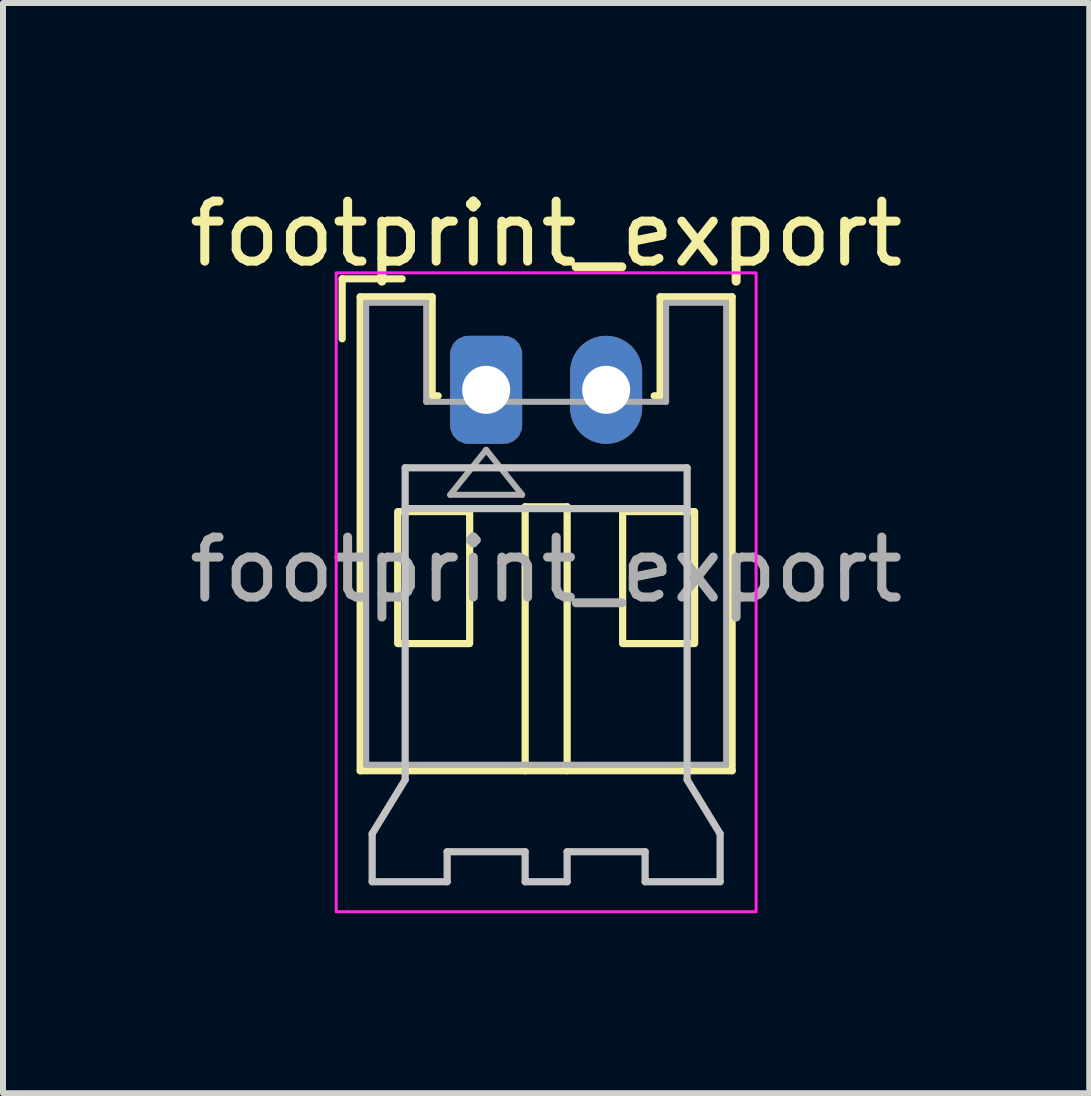
<source format=kicad_pcb>
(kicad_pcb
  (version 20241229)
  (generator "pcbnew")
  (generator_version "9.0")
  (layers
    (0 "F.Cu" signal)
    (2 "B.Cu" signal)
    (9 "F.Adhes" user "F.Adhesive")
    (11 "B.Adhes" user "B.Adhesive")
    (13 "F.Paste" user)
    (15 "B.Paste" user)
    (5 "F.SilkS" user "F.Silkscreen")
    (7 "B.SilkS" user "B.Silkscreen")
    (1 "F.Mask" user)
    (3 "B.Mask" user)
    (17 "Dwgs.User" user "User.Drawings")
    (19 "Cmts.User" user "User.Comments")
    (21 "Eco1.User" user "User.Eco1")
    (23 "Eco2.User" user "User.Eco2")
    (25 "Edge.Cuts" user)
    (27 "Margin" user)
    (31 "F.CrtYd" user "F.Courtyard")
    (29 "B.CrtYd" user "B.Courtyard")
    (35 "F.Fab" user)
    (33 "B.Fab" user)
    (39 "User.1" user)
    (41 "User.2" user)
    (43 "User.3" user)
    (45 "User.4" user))
  (footprint "footprint_export"
    (layer "F.Cu")
    (at 5.054 3.448)
    (property "Reference" "footprint_export" (at 1 -2.6 0) (unlocked yes) (layer "F.SilkS") (effects (font (size 1 1) (thickness 0.15))))
    (attr through_hole)
    (fp_line (start -2.4 -1.85) (end -2.4 -0.85) (stroke (width 0.12) (type solid)) (layer "F.SilkS"))
    (fp_line (start -2.4 -1.85) (end -1.4 -1.85) (stroke (width 0.12) (type solid)) (layer "F.SilkS"))
    (fp_line (start -2.1 -1.55) (end -2.1 6.35) (stroke (width 0.12) (type solid)) (layer "F.SilkS"))
    (fp_line (start -2.1 6.35) (end 4.1 6.35) (stroke (width 0.12) (type solid)) (layer "F.SilkS"))
    (fp_line (start -0.9 -1.55) (end -2.1 -1.55) (stroke (width 0.12) (type solid)) (layer "F.SilkS"))
    (fp_line (start -0.9 0.1) (end -0.9 -1.55) (stroke (width 0.12) (type solid)) (layer "F.SilkS"))
    (fp_line (start -0.8 0.1) (end -0.9 0.1) (stroke (width 0.12) (type solid)) (layer "F.SilkS"))
    (fp_line (start 0.65 1.95) (end 0.65 6.35) (stroke (width 0.12) (type solid)) (layer "F.SilkS"))
    (fp_line (start 0.65 1.95) (end 1.35 1.95) (stroke (width 0.12) (type solid)) (layer "F.SilkS"))
    (fp_line (start 1.35 1.95) (end 1.35 6.35) (stroke (width 0.12) (type solid)) (layer "F.SilkS"))
    (fp_line (start 2.9 -1.55) (end 2.9 0.1) (stroke (width 0.12) (type solid)) (layer "F.SilkS"))
    (fp_line (start 2.9 0.1) (end 2.8 0.1) (stroke (width 0.12) (type solid)) (layer "F.SilkS"))
    (fp_line (start 4.1 -1.55) (end 2.9 -1.55) (stroke (width 0.12) (type solid)) (layer "F.SilkS"))
    (fp_line (start 4.1 6.35) (end 4.1 -1.55) (stroke (width 0.12) (type solid)) (layer "F.SilkS"))
    (fp_rect (start -1.475 2.03) (end -0.275 4.23) (stroke (width 0.12) (type solid)) (fill no) (layer "F.SilkS"))
    (fp_rect (start 2.275 2.03) (end 3.475 4.23) (stroke (width 0.12) (type solid)) (fill no) (layer "F.SilkS"))
    (fp_line (start -1.9 7.4) (end -1.9 8.2) (stroke (width 0.12) (type solid)) (layer "Dwgs.User"))
    (fp_line (start -1.9 8.2) (end -0.65 8.2) (stroke (width 0.12) (type solid)) (layer "Dwgs.User"))
    (fp_line (start -1.35 1.3) (end 3.35 1.3) (stroke (width 0.12) (type solid)) (layer "Dwgs.User"))
    (fp_line (start -1.35 1.98) (end 3.35 1.98) (stroke (width 0.12) (type solid)) (layer "Dwgs.User"))
    (fp_line (start -1.35 6.5) (end -1.9 7.4) (stroke (width 0.12) (type solid)) (layer "Dwgs.User"))
    (fp_line (start -1.35 6.5) (end -1.35 1.3) (stroke (width 0.12) (type solid)) (layer "Dwgs.User"))
    (fp_line (start -0.65 8.2) (end -0.65 7.7) (stroke (width 0.12) (type solid)) (layer "Dwgs.User"))
    (fp_line (start 0.65 7.7) (end -0.65 7.7) (stroke (width 0.12) (type solid)) (layer "Dwgs.User"))
    (fp_line (start 0.65 7.7) (end 0.65 8.2) (stroke (width 0.12) (type solid)) (layer "Dwgs.User"))
    (fp_line (start 0.65 8.2) (end 1.35 8.2) (stroke (width 0.12) (type solid)) (layer "Dwgs.User"))
    (fp_line (start 1.35 7.7) (end 1.35 8.2) (stroke (width 0.12) (type solid)) (layer "Dwgs.User"))
    (fp_line (start 2.65 7.7) (end 1.35 7.7) (stroke (width 0.12) (type solid)) (layer "Dwgs.User"))
    (fp_line (start 2.65 7.7) (end 2.65 8.2) (stroke (width 0.12) (type solid)) (layer "Dwgs.User"))
    (fp_line (start 2.65 8.2) (end 3.9 8.2) (stroke (width 0.12) (type solid)) (layer "Dwgs.User"))
    (fp_line (start 3.35 6.5) (end 3.35 1.3) (stroke (width 0.12) (type solid)) (layer "Dwgs.User"))
    (fp_line (start 3.35 6.5) (end 3.9 7.4) (stroke (width 0.12) (type solid)) (layer "Dwgs.User"))
    (fp_line (start 3.9 7.4) (end 3.9 8.2) (stroke (width 0.12) (type solid)) (layer "Dwgs.User"))
    (fp_rect (start -2.5 -1.95) (end 4.5 8.7) (stroke (width 0.05) (type solid)) (fill no) (layer "F.CrtYd"))
    (fp_line (start -2 -1.45) (end -2 6.25) (stroke (width 0.1) (type solid)) (layer "F.Fab"))
    (fp_line (start -2 -1.45) (end -1 -1.45) (stroke (width 0.1) (type solid)) (layer "F.Fab"))
    (fp_line (start -1 0.2) (end -1 -1.45) (stroke (width 0.1) (type solid)) (layer "F.Fab"))
    (fp_line (start -1 0.2) (end 3 0.2) (stroke (width 0.1) (type solid)) (layer "F.Fab"))
    (fp_line (start -0.6 1.75) (end 0 1) (stroke (width 0.1) (type solid)) (layer "F.Fab"))
    (fp_line (start -0.6 1.75) (end 0.6 1.75) (stroke (width 0.1) (type solid)) (layer "F.Fab"))
    (fp_line (start 0 1) (end 0.6 1.75) (stroke (width 0.1) (type solid)) (layer "F.Fab"))
    (fp_line (start 3 -1.45) (end 3 0.2) (stroke (width 0.1) (type solid)) (layer "F.Fab"))
    (fp_line (start 3 -1.45) (end 4 -1.45) (stroke (width 0.1) (type solid)) (layer "F.Fab"))
    (fp_line (start 4 6.25) (end -2 6.25) (stroke (width 0.1) (type solid)) (layer "F.Fab"))
    (fp_line (start 4 6.25) (end 4 -1.45) (stroke (width 0.1) (type solid)) (layer "F.Fab"))
    (fp_text user "${REFERENCE}" (at 1 3 0) (unlocked yes) (layer "F.Fab") (effects (font (size 1 1) (thickness 0.15))))
    (pad "1" thru_hole roundrect (at 0 0) (size 1.2 1.8) (drill 0.8) (layers "*.Cu" "*.Mask") (roundrect_rratio 0.25))
    (pad "2" thru_hole oval (at 2 0) (size 1.2 1.8) (drill 0.8) (layers "*.Cu" "*.Mask")))
  (gr_rect
    (start -3 -3)
    (end 15.107 15.173)
    (stroke (width 0.1) (type default))
    (fill no)
    (layer "Edge.Cuts")))
</source>
